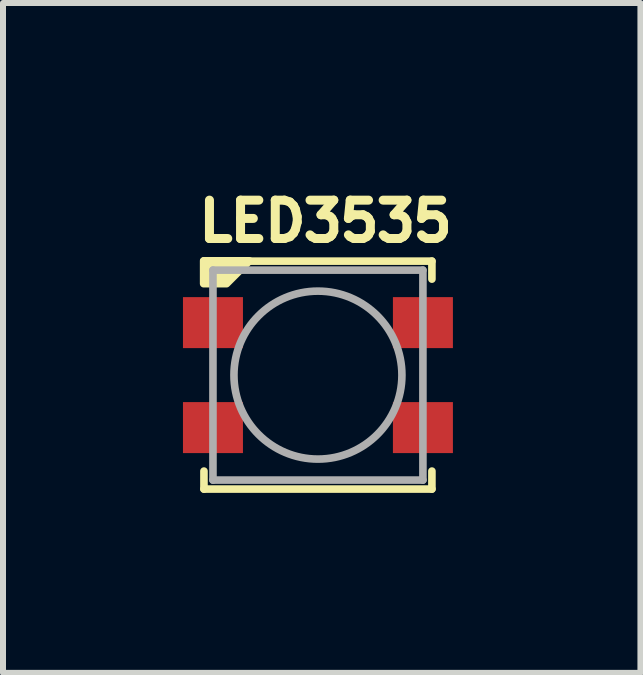
<source format=kicad_pcb>
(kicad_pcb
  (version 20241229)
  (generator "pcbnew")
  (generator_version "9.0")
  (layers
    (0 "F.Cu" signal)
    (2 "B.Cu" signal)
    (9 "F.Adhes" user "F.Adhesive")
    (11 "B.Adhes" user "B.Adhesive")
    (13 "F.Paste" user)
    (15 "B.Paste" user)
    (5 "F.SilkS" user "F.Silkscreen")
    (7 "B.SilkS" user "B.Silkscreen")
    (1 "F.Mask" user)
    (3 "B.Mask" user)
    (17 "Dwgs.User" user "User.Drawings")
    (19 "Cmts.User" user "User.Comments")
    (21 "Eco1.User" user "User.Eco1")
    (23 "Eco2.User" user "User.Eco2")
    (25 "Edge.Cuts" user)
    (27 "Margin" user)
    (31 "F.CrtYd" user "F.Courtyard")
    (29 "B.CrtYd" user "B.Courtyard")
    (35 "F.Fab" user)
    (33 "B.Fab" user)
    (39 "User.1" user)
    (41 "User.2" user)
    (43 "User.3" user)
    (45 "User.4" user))
  (footprint "LED3535"
    (layer "F.Cu")
    (at 2.25 3.203)
    (property "Reference" "LED3535" (at 0.127 -2.565 0) (layer "F.SilkS") (effects (font (size 0.64 0.64) (thickness 0.15))))
    (attr smd)
    (fp_line (start -1.9 -1.9) (end 1.9 -1.9) (stroke (width 0.127) (type solid)) (layer "F.SilkS"))
    (fp_line (start -1.9 -1.6) (end -1.9 -1.9) (stroke (width 0.127) (type solid)) (layer "F.SilkS"))
    (fp_line (start -1.9 1.6) (end -1.9 1.9) (stroke (width 0.127) (type solid)) (layer "F.SilkS"))
    (fp_line (start -1.9 1.9) (end 1.9 1.9) (stroke (width 0.127) (type solid)) (layer "F.SilkS"))
    (fp_line (start 1.9 -1.9) (end 1.9 -1.6) (stroke (width 0.127) (type solid)) (layer "F.SilkS"))
    (fp_line (start 1.9 1.9) (end 1.9 1.6) (stroke (width 0.127) (type solid)) (layer "F.SilkS"))
    (fp_poly (pts (xy -1.905 -1.905) (xy -1.905 -1.524) (xy -1.524 -1.524) (xy -1.143 -1.905)) (stroke (width 0.127) (type solid)) (fill yes) (layer "F.SilkS"))
    (fp_line (start -1.75 -1.75) (end 1.75 -1.75) (stroke (width 0.127) (type solid)) (layer "F.Fab"))
    (fp_line (start -1.75 1.75) (end -1.75 -1.75) (stroke (width 0.127) (type solid)) (layer "F.Fab"))
    (fp_line (start 1.75 -1.75) (end 1.75 1.75) (stroke (width 0.127) (type solid)) (layer "F.Fab"))
    (fp_line (start 1.75 1.75) (end -1.75 1.75) (stroke (width 0.127) (type solid)) (layer "F.Fab"))
    (fp_circle (center 0 0) (end 1.4 0) (stroke (width 0.127) (type solid)) (fill no) (layer "F.Fab"))
    (pad "1" smd rect (at -1.75 -0.875) (size 1 0.85) (layers "F.Cu" "F.Mask" "F.Paste"))
    (pad "2" smd rect (at -1.75 0.875) (size 1 0.85) (layers "F.Cu" "F.Mask" "F.Paste"))
    (pad "3" smd rect (at 1.75 0.875) (size 1 0.85) (layers "F.Cu" "F.Mask" "F.Paste"))
    (pad "4" smd rect (at 1.75 -0.875) (size 1 0.85) (layers "F.Cu" "F.Mask" "F.Paste")))
  (gr_rect
    (start -3 -3)
    (end 7.626 8.167)
    (stroke (width 0.1) (type default))
    (fill no)
    (layer "Edge.Cuts")))
</source>
